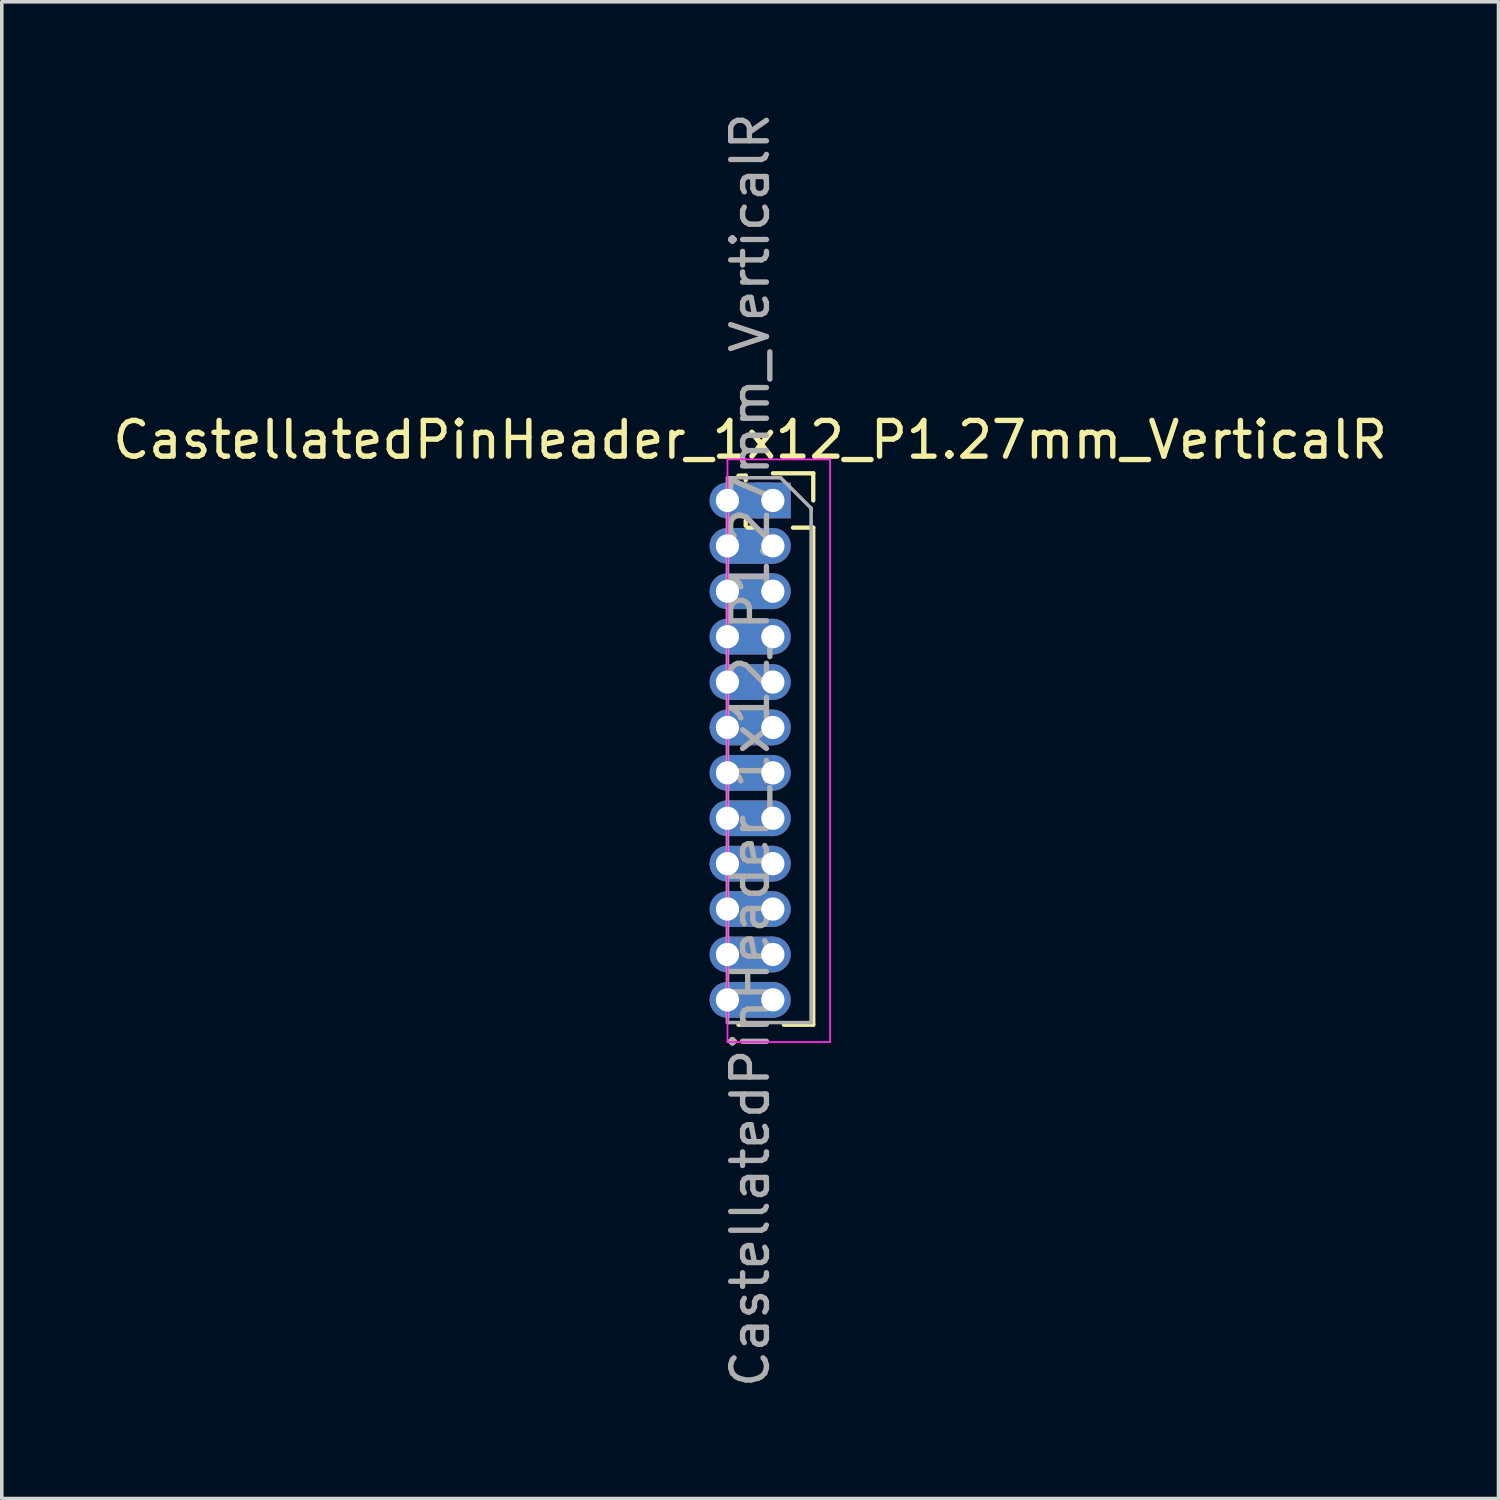
<source format=kicad_pcb>
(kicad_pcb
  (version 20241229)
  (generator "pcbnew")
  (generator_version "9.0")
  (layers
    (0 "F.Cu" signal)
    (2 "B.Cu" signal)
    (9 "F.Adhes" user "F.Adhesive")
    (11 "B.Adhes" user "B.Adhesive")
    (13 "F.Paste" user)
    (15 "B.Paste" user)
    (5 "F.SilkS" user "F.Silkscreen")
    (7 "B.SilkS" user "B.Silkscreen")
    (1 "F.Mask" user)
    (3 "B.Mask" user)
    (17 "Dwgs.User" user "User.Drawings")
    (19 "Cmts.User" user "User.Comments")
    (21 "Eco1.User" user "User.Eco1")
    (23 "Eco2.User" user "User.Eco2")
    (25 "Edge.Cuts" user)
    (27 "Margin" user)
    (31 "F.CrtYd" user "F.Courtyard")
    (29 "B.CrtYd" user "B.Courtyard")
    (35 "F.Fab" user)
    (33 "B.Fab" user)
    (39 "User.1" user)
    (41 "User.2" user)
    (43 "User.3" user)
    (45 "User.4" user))
  (footprint "CastellatedPinHeader_1x12_P1.27mm_VerticalR"
    (layer "F.Cu")
    (at 18.57 10.95)
    (property "Reference" "CastellatedPinHeader_1x12_P1.27mm_VerticalR" (at -0.635 -1.695 0) (layer "F.SilkS") (effects (font (size 1 1) (thickness 0.15))))
    (attr through_hole)
    (fp_poly (pts (xy -1.245 0.483) (xy -0.025 0.483) (xy -0.025 -0.483) (xy -1.245 -0.483)) (stroke (width 0.035) (type solid)) (fill yes) (layer "F.Cu"))
    (fp_poly (pts (xy -1.245 1.753) (xy -0.025 1.753) (xy -0.025 0.787) (xy -1.245 0.787)) (stroke (width 0.035) (type solid)) (fill yes) (layer "F.Cu"))
    (fp_poly (pts (xy -1.245 3.023) (xy -0.025 3.023) (xy -0.025 2.057) (xy -1.245 2.057)) (stroke (width 0.035) (type solid)) (fill yes) (layer "F.Cu"))
    (fp_poly (pts (xy -1.245 4.293) (xy -0.025 4.293) (xy -0.025 3.327) (xy -1.245 3.327)) (stroke (width 0.035) (type solid)) (fill yes) (layer "F.Cu"))
    (fp_poly (pts (xy -1.245 5.563) (xy -0.025 5.563) (xy -0.025 4.597) (xy -1.245 4.597)) (stroke (width 0.035) (type solid)) (fill yes) (layer "F.Cu"))
    (fp_poly (pts (xy -1.245 6.833) (xy -0.025 6.833) (xy -0.025 5.867) (xy -1.245 5.867)) (stroke (width 0.035) (type solid)) (fill yes) (layer "F.Cu"))
    (fp_poly (pts (xy -1.245 8.103) (xy -0.025 8.103) (xy -0.025 7.137) (xy -1.245 7.137)) (stroke (width 0.035) (type solid)) (fill yes) (layer "F.Cu"))
    (fp_poly (pts (xy -1.245 9.373) (xy -0.025 9.373) (xy -0.025 8.407) (xy -1.245 8.407)) (stroke (width 0.035) (type solid)) (fill yes) (layer "F.Cu"))
    (fp_poly (pts (xy -1.245 10.643) (xy -0.025 10.643) (xy -0.025 9.677) (xy -1.245 9.677)) (stroke (width 0.035) (type solid)) (fill yes) (layer "F.Cu"))
    (fp_poly (pts (xy -1.245 11.913) (xy -0.025 11.913) (xy -0.025 10.947) (xy -1.245 10.947)) (stroke (width 0.035) (type solid)) (fill yes) (layer "F.Cu"))
    (fp_poly (pts (xy -1.245 13.183) (xy -0.025 13.183) (xy -0.025 12.217) (xy -1.245 12.217)) (stroke (width 0.035) (type solid)) (fill yes) (layer "F.Cu"))
    (fp_poly (pts (xy -1.245 14.453) (xy -0.025 14.453) (xy -0.025 13.487) (xy -1.245 13.487)) (stroke (width 0.035) (type solid)) (fill yes) (layer "F.Cu"))
    (fp_poly (pts (xy -1.245 0.483) (xy -0.025 0.483) (xy -0.025 -0.483) (xy -1.245 -0.483)) (stroke (width 0.035) (type solid)) (fill yes) (layer "F.Mask"))
    (fp_poly (pts (xy -1.245 1.753) (xy -0.025 1.753) (xy -0.025 0.787) (xy -1.245 0.787)) (stroke (width 0.035) (type solid)) (fill yes) (layer "F.Mask"))
    (fp_poly (pts (xy -1.245 3.023) (xy -0.025 3.023) (xy -0.025 2.057) (xy -1.245 2.057)) (stroke (width 0.035) (type solid)) (fill yes) (layer "F.Mask"))
    (fp_poly (pts (xy -1.245 4.293) (xy -0.025 4.293) (xy -0.025 3.327) (xy -1.245 3.327)) (stroke (width 0.035) (type solid)) (fill yes) (layer "F.Mask"))
    (fp_poly (pts (xy -1.245 5.563) (xy -0.025 5.563) (xy -0.025 4.597) (xy -1.245 4.597)) (stroke (width 0.035) (type solid)) (fill yes) (layer "F.Mask"))
    (fp_poly (pts (xy -1.245 6.833) (xy -0.025 6.833) (xy -0.025 5.867) (xy -1.245 5.867)) (stroke (width 0.035) (type solid)) (fill yes) (layer "F.Mask"))
    (fp_poly (pts (xy -1.245 8.103) (xy -0.025 8.103) (xy -0.025 7.137) (xy -1.245 7.137)) (stroke (width 0.035) (type solid)) (fill yes) (layer "F.Mask"))
    (fp_poly (pts (xy -1.245 9.373) (xy -0.025 9.373) (xy -0.025 8.407) (xy -1.245 8.407)) (stroke (width 0.035) (type solid)) (fill yes) (layer "F.Mask"))
    (fp_poly (pts (xy -1.245 10.643) (xy -0.025 10.643) (xy -0.025 9.677) (xy -1.245 9.677)) (stroke (width 0.035) (type solid)) (fill yes) (layer "F.Mask"))
    (fp_poly (pts (xy -1.245 11.913) (xy -0.025 11.913) (xy -0.025 10.947) (xy -1.245 10.947)) (stroke (width 0.035) (type solid)) (fill yes) (layer "F.Mask"))
    (fp_poly (pts (xy -1.245 13.183) (xy -0.025 13.183) (xy -0.025 12.217) (xy -1.245 12.217)) (stroke (width 0.035) (type solid)) (fill yes) (layer "F.Mask"))
    (fp_poly (pts (xy -1.245 14.453) (xy -0.025 14.453) (xy -0.025 13.487) (xy -1.245 13.487)) (stroke (width 0.035) (type solid)) (fill yes) (layer "F.Mask"))
    (fp_poly (pts (xy -1.245 0.483) (xy -0.025 0.483) (xy -0.025 -0.483) (xy -1.245 -0.483)) (stroke (width 0.035) (type solid)) (fill yes) (layer "B.Cu"))
    (fp_poly (pts (xy -1.245 1.753) (xy -0.025 1.753) (xy -0.025 0.787) (xy -1.245 0.787)) (stroke (width 0.035) (type solid)) (fill yes) (layer "B.Cu"))
    (fp_poly (pts (xy -1.245 3.023) (xy -0.025 3.023) (xy -0.025 2.057) (xy -1.245 2.057)) (stroke (width 0.035) (type solid)) (fill yes) (layer "B.Cu"))
    (fp_poly (pts (xy -1.245 4.293) (xy -0.025 4.293) (xy -0.025 3.327) (xy -1.245 3.327)) (stroke (width 0.035) (type solid)) (fill yes) (layer "B.Cu"))
    (fp_poly (pts (xy -1.245 5.563) (xy -0.025 5.563) (xy -0.025 4.597) (xy -1.245 4.597)) (stroke (width 0.035) (type solid)) (fill yes) (layer "B.Cu"))
    (fp_poly (pts (xy -1.245 6.833) (xy -0.025 6.833) (xy -0.025 5.867) (xy -1.245 5.867)) (stroke (width 0.035) (type solid)) (fill yes) (layer "B.Cu"))
    (fp_poly (pts (xy -1.245 8.103) (xy -0.025 8.103) (xy -0.025 7.137) (xy -1.245 7.137)) (stroke (width 0.035) (type solid)) (fill yes) (layer "B.Cu"))
    (fp_poly (pts (xy -1.245 9.373) (xy -0.025 9.373) (xy -0.025 8.407) (xy -1.245 8.407)) (stroke (width 0.035) (type solid)) (fill yes) (layer "B.Cu"))
    (fp_poly (pts (xy -1.245 10.643) (xy -0.025 10.643) (xy -0.025 9.677) (xy -1.245 9.677)) (stroke (width 0.035) (type solid)) (fill yes) (layer "B.Cu"))
    (fp_poly (pts (xy -1.245 11.913) (xy -0.025 11.913) (xy -0.025 10.947) (xy -1.245 10.947)) (stroke (width 0.035) (type solid)) (fill yes) (layer "B.Cu"))
    (fp_poly (pts (xy -1.245 13.183) (xy -0.025 13.183) (xy -0.025 12.217) (xy -1.245 12.217)) (stroke (width 0.035) (type solid)) (fill yes) (layer "B.Cu"))
    (fp_poly (pts (xy -1.245 14.453) (xy -0.025 14.453) (xy -0.025 13.487) (xy -1.245 13.487)) (stroke (width 0.035) (type solid)) (fill yes) (layer "B.Cu"))
    (fp_poly (pts (xy -1.245 0.483) (xy -0.025 0.483) (xy -0.025 -0.483) (xy -1.245 -0.483)) (stroke (width 0.035) (type solid)) (fill yes) (layer "B.Mask"))
    (fp_poly (pts (xy -1.245 1.753) (xy -0.025 1.753) (xy -0.025 0.787) (xy -1.245 0.787)) (stroke (width 0.035) (type solid)) (fill yes) (layer "B.Mask"))
    (fp_poly (pts (xy -1.245 3.023) (xy -0.025 3.023) (xy -0.025 2.057) (xy -1.245 2.057)) (stroke (width 0.035) (type solid)) (fill yes) (layer "B.Mask"))
    (fp_poly (pts (xy -1.245 4.293) (xy -0.025 4.293) (xy -0.025 3.327) (xy -1.245 3.327)) (stroke (width 0.035) (type solid)) (fill yes) (layer "B.Mask"))
    (fp_poly (pts (xy -1.245 5.563) (xy -0.025 5.563) (xy -0.025 4.597) (xy -1.245 4.597)) (stroke (width 0.035) (type solid)) (fill yes) (layer "B.Mask"))
    (fp_poly (pts (xy -1.245 6.833) (xy -0.025 6.833) (xy -0.025 5.867) (xy -1.245 5.867)) (stroke (width 0.035) (type solid)) (fill yes) (layer "B.Mask"))
    (fp_poly (pts (xy -1.245 8.103) (xy -0.025 8.103) (xy -0.025 7.137) (xy -1.245 7.137)) (stroke (width 0.035) (type solid)) (fill yes) (layer "B.Mask"))
    (fp_poly (pts (xy -1.245 9.373) (xy -0.025 9.373) (xy -0.025 8.407) (xy -1.245 8.407)) (stroke (width 0.035) (type solid)) (fill yes) (layer "B.Mask"))
    (fp_poly (pts (xy -1.245 10.643) (xy -0.025 10.643) (xy -0.025 9.677) (xy -1.245 9.677)) (stroke (width 0.035) (type solid)) (fill yes) (layer "B.Mask"))
    (fp_poly (pts (xy -1.245 11.913) (xy -0.025 11.913) (xy -0.025 10.947) (xy -1.245 10.947)) (stroke (width 0.035) (type solid)) (fill yes) (layer "B.Mask"))
    (fp_poly (pts (xy -1.245 13.183) (xy -0.025 13.183) (xy -0.025 12.217) (xy -1.245 12.217)) (stroke (width 0.035) (type solid)) (fill yes) (layer "B.Mask"))
    (fp_poly (pts (xy -1.245 14.453) (xy -0.025 14.453) (xy -0.025 13.487) (xy -1.245 13.487)) (stroke (width 0.035) (type solid)) (fill yes) (layer "B.Mask"))
    (fp_line (start -0.76 -0.695) (end -0.962 -0.695) (stroke (width 0.12) (type solid)) (layer "F.SilkS"))
    (fp_line (start -0.76 -0.563) (end -0.76 -0.695) (stroke (width 0.12) (type solid)) (layer "F.SilkS"))
    (fp_line (start -0.76 0.707) (end -0.76 0.563) (stroke (width 0.12) (type solid)) (layer "F.SilkS"))
    (fp_line (start -0.563 0.76) (end -0.707 0.76) (stroke (width 0.12) (type solid)) (layer "F.SilkS"))
    (fp_line (start -0.308 14.665) (end -0.962 14.665) (stroke (width 0.12) (type solid)) (layer "F.SilkS"))
    (fp_line (start 1.13 -0.76) (end 0 -0.76) (stroke (width 0.12) (type solid)) (layer "F.SilkS"))
    (fp_line (start 1.13 0) (end 1.13 -0.76) (stroke (width 0.12) (type solid)) (layer "F.SilkS"))
    (fp_line (start 1.13 0.76) (end 0.563 0.76) (stroke (width 0.12) (type solid)) (layer "F.SilkS"))
    (fp_line (start 1.13 0.76) (end 1.13 14.665) (stroke (width 0.12) (type solid)) (layer "F.SilkS"))
    (fp_line (start 1.13 14.665) (end 0.308 14.665) (stroke (width 0.12) (type solid)) (layer "F.SilkS"))
    (fp_line (start -1.27 -1.15) (end 1.6 -1.15) (stroke (width 0.05) (type solid)) (layer "F.CrtYd"))
    (fp_line (start -1.27 15.151) (end -1.27 -1.149) (stroke (width 0.05) (type solid)) (layer "F.CrtYd"))
    (fp_line (start 1.6 -1.15) (end 1.6 15.15) (stroke (width 0.05) (type solid)) (layer "F.CrtYd"))
    (fp_line (start 1.6 15.15) (end -1.27 15.15) (stroke (width 0.05) (type solid)) (layer "F.CrtYd"))
    (fp_line (start -1.27 -0.635) (end -1.27 14.605) (stroke (width 0.1) (type solid)) (layer "F.Fab"))
    (fp_line (start -1.27 14.605) (end 1.07 14.605) (stroke (width 0.1) (type solid)) (layer "F.Fab"))
    (fp_line (start 0.217 -0.635) (end -1.27 -0.635) (stroke (width 0.1) (type solid)) (layer "F.Fab"))
    (fp_line (start 1.07 0.217) (end 0.217 -0.635) (stroke (width 0.1) (type solid)) (layer "F.Fab"))
    (fp_line (start 1.07 14.605) (end 1.07 0.217) (stroke (width 0.1) (type solid)) (layer "F.Fab"))
    (fp_text user "${REFERENCE}" (at -0.635 6.985 90) (layer "F.Fab") (effects (font (size 1 1) (thickness 0.15))))
    (pad "" thru_hole oval (at -1.27 0) (size 1 1) (drill 0.65) (layers "*.Cu" "*.Mask"))
    (pad "" thru_hole oval (at -1.27 1.27) (size 1 1) (drill 0.65) (layers "*.Cu" "*.Mask"))
    (pad "" thru_hole oval (at -1.27 2.54) (size 1 1) (drill 0.65) (layers "*.Cu" "*.Mask"))
    (pad "" thru_hole oval (at -1.27 3.81) (size 1 1) (drill 0.65) (layers "*.Cu" "*.Mask"))
    (pad "" thru_hole oval (at -1.27 5.08) (size 1 1) (drill 0.65) (layers "*.Cu" "*.Mask"))
    (pad "" thru_hole oval (at -1.27 6.35) (size 1 1) (drill 0.65) (layers "*.Cu" "*.Mask"))
    (pad "" thru_hole oval (at -1.27 7.62) (size 1 1) (drill 0.65) (layers "*.Cu" "*.Mask"))
    (pad "" thru_hole oval (at -1.27 8.89) (size 1 1) (drill 0.65) (layers "*.Cu" "*.Mask"))
    (pad "" thru_hole oval (at -1.27 10.16) (size 1 1) (drill 0.65) (layers "*.Cu" "*.Mask"))
    (pad "" thru_hole oval (at -1.27 11.43) (size 1 1) (drill 0.65) (layers "*.Cu" "*.Mask"))
    (pad "" thru_hole oval (at -1.27 12.7) (size 1 1) (drill 0.65) (layers "*.Cu" "*.Mask"))
    (pad "" thru_hole oval (at -1.27 13.97) (size 1 1) (drill 0.65) (layers "*.Cu" "*.Mask"))
    (pad "1" thru_hole rect (at 0 0) (size 1 1) (drill 0.65) (layers "*.Cu" "*.Mask"))
    (pad "2" thru_hole oval (at 0 1.27) (size 1 1) (drill 0.65) (layers "*.Cu" "*.Mask"))
    (pad "3" thru_hole oval (at 0 2.54) (size 1 1) (drill 0.65) (layers "*.Cu" "*.Mask"))
    (pad "4" thru_hole oval (at 0 3.81) (size 1 1) (drill 0.65) (layers "*.Cu" "*.Mask"))
    (pad "5" thru_hole oval (at 0 5.08) (size 1 1) (drill 0.65) (layers "*.Cu" "*.Mask"))
    (pad "6" thru_hole oval (at 0 6.35) (size 1 1) (drill 0.65) (layers "*.Cu" "*.Mask"))
    (pad "7" thru_hole oval (at 0 7.62) (size 1 1) (drill 0.65) (layers "*.Cu" "*.Mask"))
    (pad "8" thru_hole oval (at 0 8.89) (size 1 1) (drill 0.65) (layers "*.Cu" "*.Mask"))
    (pad "9" thru_hole oval (at 0 10.16) (size 1 1) (drill 0.65) (layers "*.Cu" "*.Mask"))
    (pad "10" thru_hole oval (at 0 11.43) (size 1 1) (drill 0.65) (layers "*.Cu" "*.Mask"))
    (pad "11" thru_hole oval (at 0 12.7) (size 1 1) (drill 0.65) (layers "*.Cu" "*.Mask"))
    (pad "12" thru_hole oval (at 0 13.97) (size 1 1) (drill 0.65) (layers "*.Cu" "*.Mask")))
  (gr_rect
    (start -3 -3)
    (end 38.869 38.869)
    (stroke (width 0.1) (type default))
    (fill no)
    (layer "Edge.Cuts")))
</source>
